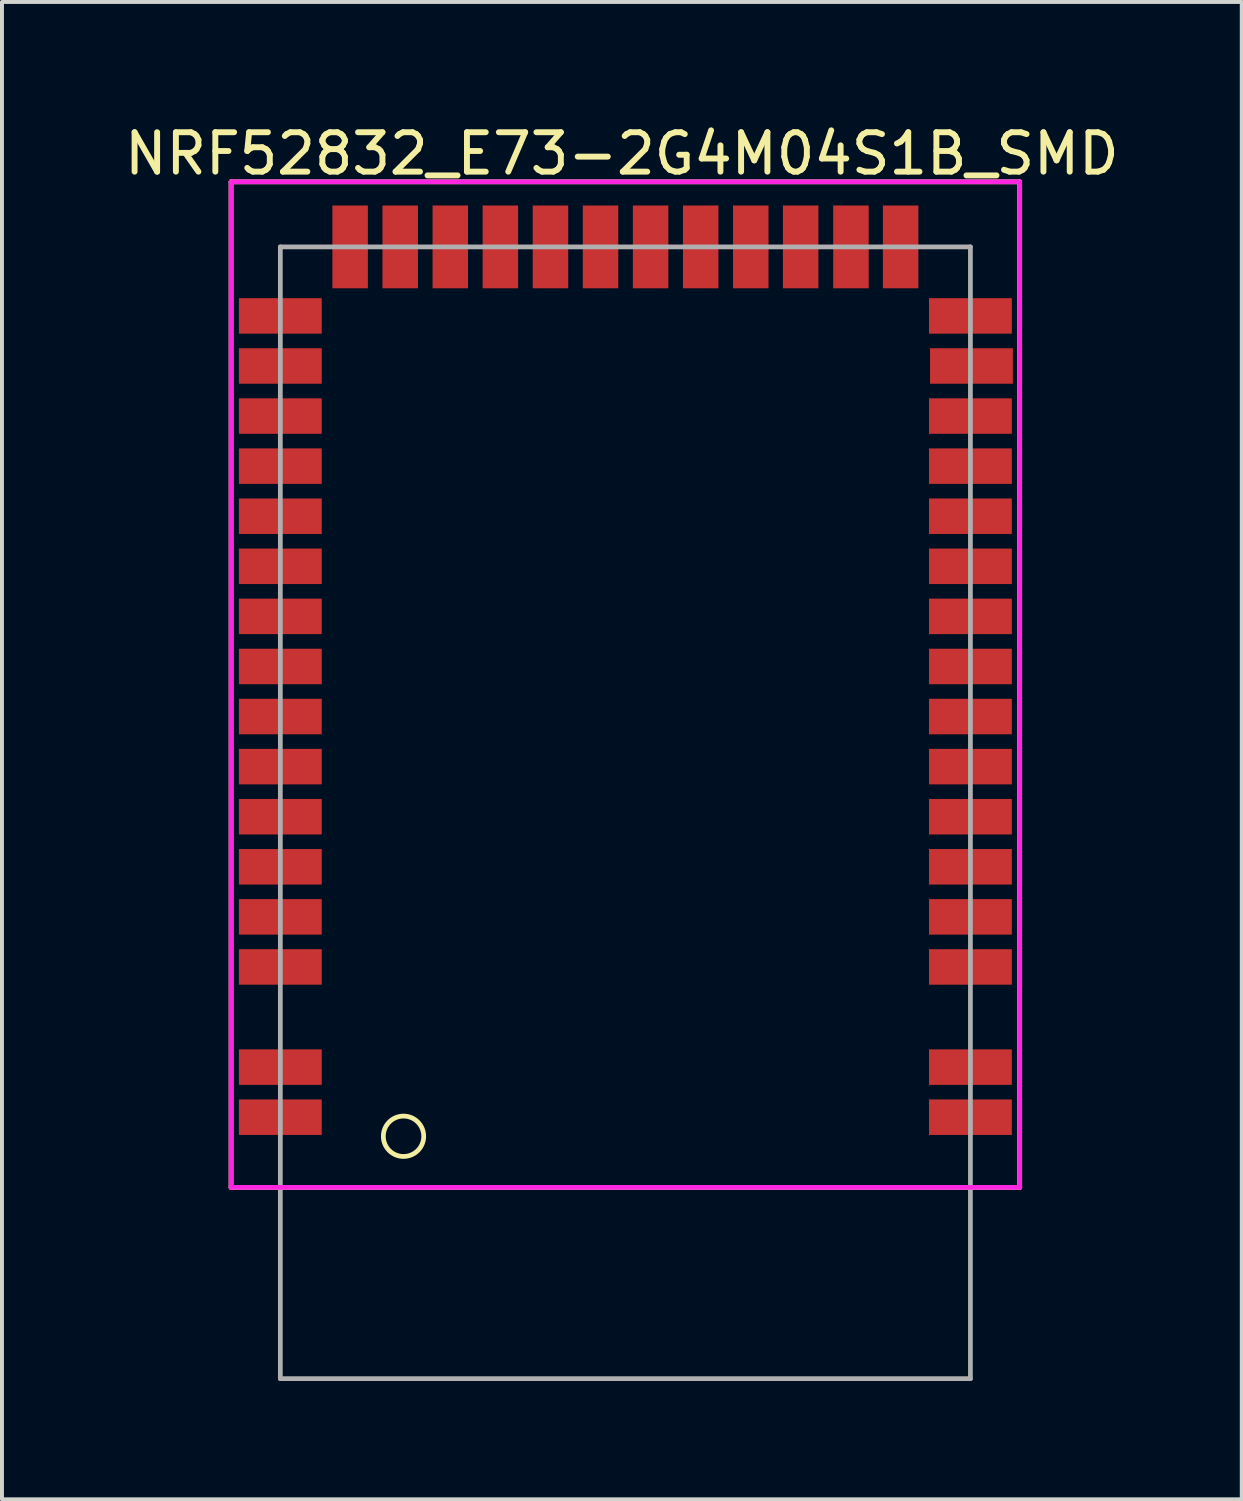
<source format=kicad_pcb>
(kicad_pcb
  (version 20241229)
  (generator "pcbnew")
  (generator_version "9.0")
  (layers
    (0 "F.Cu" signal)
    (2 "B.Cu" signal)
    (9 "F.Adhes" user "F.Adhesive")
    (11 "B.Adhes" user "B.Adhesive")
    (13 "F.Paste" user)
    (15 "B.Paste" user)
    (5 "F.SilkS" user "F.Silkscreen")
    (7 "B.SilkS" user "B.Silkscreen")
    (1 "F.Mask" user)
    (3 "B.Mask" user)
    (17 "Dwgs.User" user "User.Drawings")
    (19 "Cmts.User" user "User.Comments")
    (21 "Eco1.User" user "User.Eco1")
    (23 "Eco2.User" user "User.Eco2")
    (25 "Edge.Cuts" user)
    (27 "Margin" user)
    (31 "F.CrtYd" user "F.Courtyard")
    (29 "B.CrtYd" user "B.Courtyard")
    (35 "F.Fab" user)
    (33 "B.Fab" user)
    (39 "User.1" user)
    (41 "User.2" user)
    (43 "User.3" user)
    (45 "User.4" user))
  (footprint "NRF52832_E73-2G4M04S1B_SMD"
    (layer "F.Cu")
    (at 12.809 17.561)
    (property "Reference" "NRF52832_E73-2G4M04S1B_SMD" (at -0.089 -16.713 0) (layer "F.SilkS") (effects (font (size 1 1) (thickness 0.15))))
    (attr through_hole)
    (fp_line (start -10 -16) (end -10 9.5) (stroke (width 0.12) (type solid)) (layer "F.SilkS"))
    (fp_line (start -10 -16) (end 10 -16) (stroke (width 0.12) (type solid)) (layer "F.SilkS"))
    (fp_line (start -10 9.5) (end 10 9.5) (stroke (width 0.12) (type solid)) (layer "F.SilkS"))
    (fp_line (start 10 -16) (end 10 9.5) (stroke (width 0.12) (type solid)) (layer "F.SilkS"))
    (fp_circle (center -5.626 8.204) (end -5.982 7.836) (stroke (width 0.12) (type solid)) (fill no) (layer "F.SilkS"))
    (fp_line (start -10 -16) (end -10 9.5) (stroke (width 0.12) (type solid)) (layer "F.CrtYd"))
    (fp_line (start -10 -16) (end 10 -16) (stroke (width 0.12) (type solid)) (layer "F.CrtYd"))
    (fp_line (start -10 9.5) (end 10 9.5) (stroke (width 0.12) (type solid)) (layer "F.CrtYd"))
    (fp_line (start 10 -16) (end 10 9.5) (stroke (width 0.12) (type solid)) (layer "F.CrtYd"))
    (fp_line (start -8.75 -14.35) (end -8.75 14.35) (stroke (width 0.12) (type solid)) (layer "F.Fab"))
    (fp_line (start -8.75 -14.35) (end 8.75 -14.35) (stroke (width 0.12) (type solid)) (layer "F.Fab"))
    (fp_line (start -8.75 14.35) (end 8.75 14.35) (stroke (width 0.12) (type solid)) (layer "F.Fab"))
    (fp_line (start 8.75 -14.35) (end 8.75 14.35) (stroke (width 0.12) (type solid)) (layer "F.Fab"))
    (pad "1" smd rect (at 8.75 7.72 180) (size 2.1 0.9) (layers "F.Cu" "F.Mask" "F.Paste"))
    (pad "2" smd rect (at 8.75 6.45 180) (size 2.1 0.9) (layers "F.Cu" "F.Mask" "F.Paste"))
    (pad "3" smd rect (at 8.75 3.91 180) (size 2.1 0.9) (layers "F.Cu" "F.Mask" "F.Paste"))
    (pad "4" smd rect (at 8.75 2.64 180) (size 2.1 0.9) (layers "F.Cu" "F.Mask" "F.Paste"))
    (pad "5" smd rect (at 8.75 1.37 180) (size 2.1 0.9) (layers "F.Cu" "F.Mask" "F.Paste"))
    (pad "6" smd rect (at 8.75 0.1 180) (size 2.1 0.9) (layers "F.Cu" "F.Mask" "F.Paste"))
    (pad "7" smd rect (at 8.75 -1.17 180) (size 2.1 0.9) (layers "F.Cu" "F.Mask" "F.Paste"))
    (pad "8" smd rect (at 8.75 -2.44 180) (size 2.1 0.9) (layers "F.Cu" "F.Mask" "F.Paste"))
    (pad "9" smd rect (at 8.75 -3.71 180) (size 2.1 0.9) (layers "F.Cu" "F.Mask" "F.Paste"))
    (pad "10" smd rect (at 8.75 -4.98 180) (size 2.1 0.9) (layers "F.Cu" "F.Mask" "F.Paste"))
    (pad "11" smd rect (at 8.75 -6.25 180) (size 2.1 0.9) (layers "F.Cu" "F.Mask" "F.Paste"))
    (pad "12" smd rect (at 8.75 -7.52 180) (size 2.1 0.9) (layers "F.Cu" "F.Mask" "F.Paste"))
    (pad "13" smd rect (at 8.75 -8.79 180) (size 2.1 0.9) (layers "F.Cu" "F.Mask" "F.Paste"))
    (pad "14" smd rect (at 8.75 -10.06 180) (size 2.1 0.9) (layers "F.Cu" "F.Mask" "F.Paste"))
    (pad "15" smd rect (at 8.776 -11.33 180) (size 2.1 0.9) (layers "F.Cu" "F.Mask" "F.Paste"))
    (pad "16" smd rect (at 8.75 -12.6 180) (size 2.1 0.9) (layers "F.Cu" "F.Mask" "F.Paste"))
    (pad "17" smd rect (at 6.98 -14.35 90) (size 2.1 0.9) (layers "F.Cu" "F.Mask" "F.Paste"))
    (pad "18" smd rect (at 5.72 -14.35 270) (size 2.1 0.9) (layers "F.Cu" "F.Mask" "F.Paste"))
    (pad "19" smd rect (at 4.445 -14.35 270) (size 2.1 0.9) (layers "F.Cu" "F.Mask" "F.Paste"))
    (pad "20" smd rect (at 3.18 -14.35 270) (size 2.1 0.9) (layers "F.Cu" "F.Mask" "F.Paste"))
    (pad "21" smd rect (at 1.91 -14.35 270) (size 2.1 0.9) (layers "F.Cu" "F.Mask" "F.Paste"))
    (pad "22" smd rect (at 0.64 -14.35 270) (size 2.1 0.9) (layers "F.Cu" "F.Mask" "F.Paste"))
    (pad "23" smd rect (at -0.63 -14.35 270) (size 2.1 0.9) (layers "F.Cu" "F.Mask" "F.Paste"))
    (pad "24" smd rect (at -1.9 -14.35 270) (size 2.1 0.9) (layers "F.Cu" "F.Mask" "F.Paste"))
    (pad "25" smd rect (at -3.17 -14.35 270) (size 2.1 0.9) (layers "F.Cu" "F.Mask" "F.Paste"))
    (pad "26" smd rect (at -4.44 -14.35 270) (size 2.1 0.9) (layers "F.Cu" "F.Mask" "F.Paste"))
    (pad "27" smd rect (at -5.71 -14.35 270) (size 2.1 0.9) (layers "F.Cu" "F.Mask" "F.Paste"))
    (pad "28" smd rect (at -6.98 -14.35 270) (size 2.1 0.9) (layers "F.Cu" "F.Mask" "F.Paste"))
    (pad "29" smd rect (at -8.75 -12.6 180) (size 2.1 0.9) (layers "F.Cu" "F.Mask" "F.Paste"))
    (pad "30" smd rect (at -8.75 -11.33 180) (size 2.1 0.9) (layers "F.Cu" "F.Mask" "F.Paste"))
    (pad "31" smd rect (at -8.75 -10.06 180) (size 2.1 0.9) (layers "F.Cu" "F.Mask" "F.Paste"))
    (pad "32" smd rect (at -8.75 -8.79 180) (size 2.1 0.9) (layers "F.Cu" "F.Mask" "F.Paste"))
    (pad "33" smd rect (at -8.75 -7.52 180) (size 2.1 0.9) (layers "F.Cu" "F.Mask" "F.Paste"))
    (pad "34" smd rect (at -8.75 -6.25 180) (size 2.1 0.9) (layers "F.Cu" "F.Mask" "F.Paste"))
    (pad "35" smd rect (at -8.75 -4.98 180) (size 2.1 0.9) (layers "F.Cu" "F.Mask" "F.Paste"))
    (pad "36" smd rect (at -8.75 -3.71 180) (size 2.1 0.9) (layers "F.Cu" "F.Mask" "F.Paste"))
    (pad "37" smd rect (at -8.75 -2.44 180) (size 2.1 0.9) (layers "F.Cu" "F.Mask" "F.Paste"))
    (pad "38" smd rect (at -8.75 -1.17 180) (size 2.1 0.9) (layers "F.Cu" "F.Mask" "F.Paste"))
    (pad "39" smd rect (at -8.75 0.1 180) (size 2.1 0.9) (layers "F.Cu" "F.Mask" "F.Paste"))
    (pad "40" smd rect (at -8.75 1.37 180) (size 2.1 0.9) (layers "F.Cu" "F.Mask" "F.Paste"))
    (pad "41" smd rect (at -8.75 2.64 180) (size 2.1 0.9) (layers "F.Cu" "F.Mask" "F.Paste"))
    (pad "42" smd rect (at -8.75 3.91 180) (size 2.1 0.9) (layers "F.Cu" "F.Mask" "F.Paste"))
    (pad "43" smd rect (at -8.75 6.45 180) (size 2.1 0.9) (layers "F.Cu" "F.Mask" "F.Paste"))
    (pad "44" smd rect (at -8.75 7.72 180) (size 2.1 0.9) (layers "F.Cu" "F.Mask" "F.Paste")))
  (gr_rect
    (start -3 -3)
    (end 28.44 34.971)
    (stroke (width 0.1) (type default))
    (fill no)
    (layer "Edge.Cuts")))
</source>
